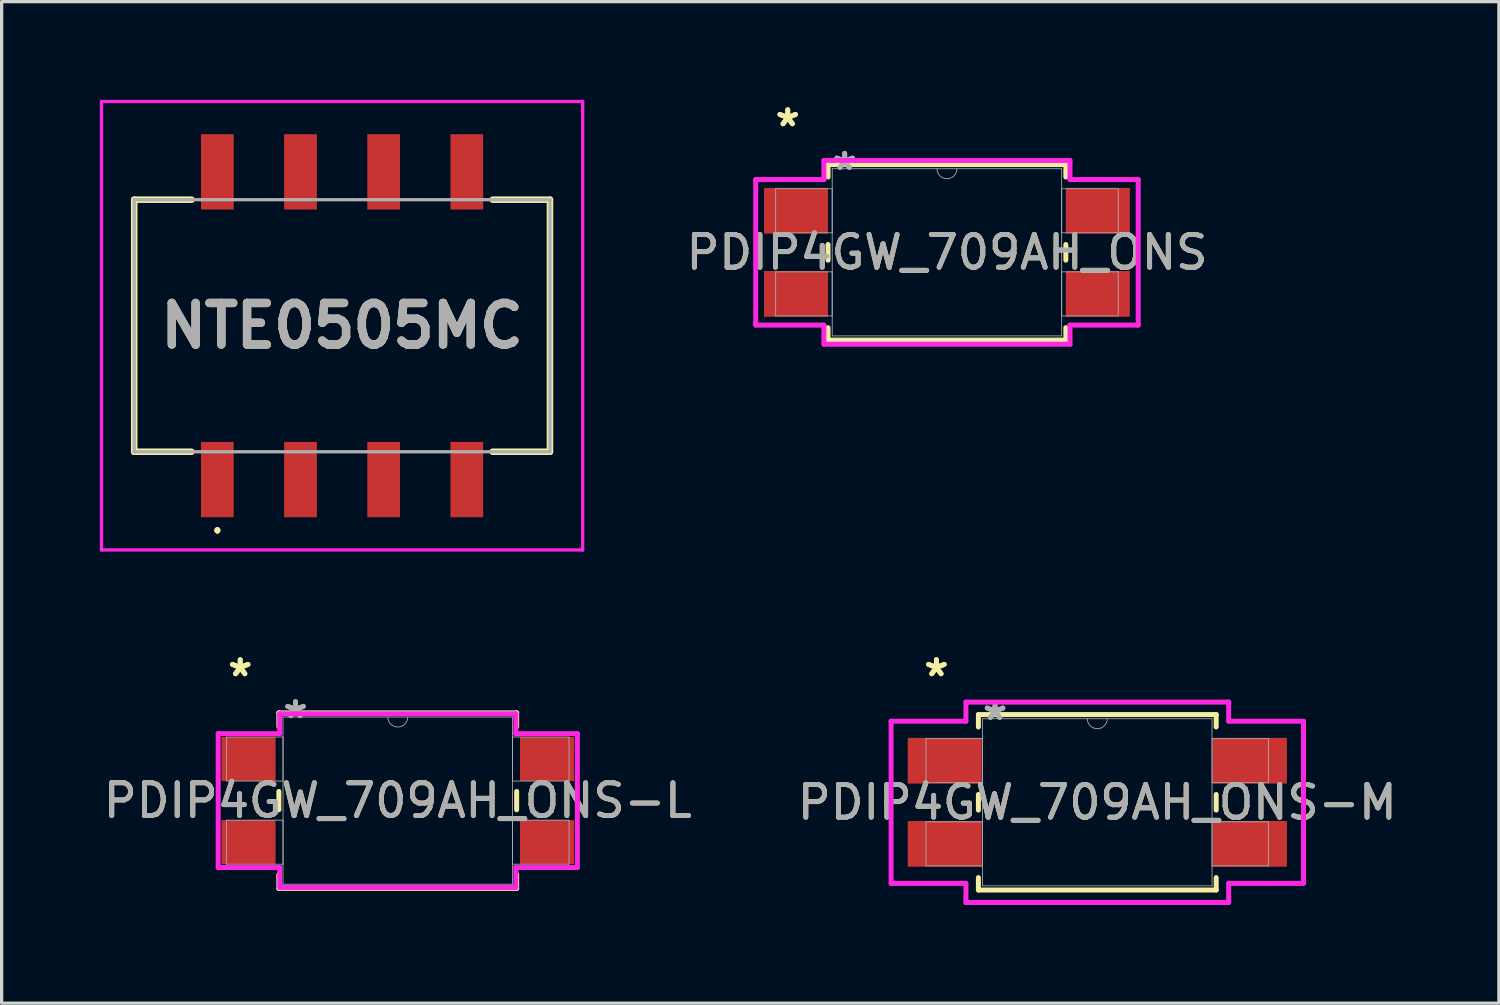
<source format=kicad_pcb>
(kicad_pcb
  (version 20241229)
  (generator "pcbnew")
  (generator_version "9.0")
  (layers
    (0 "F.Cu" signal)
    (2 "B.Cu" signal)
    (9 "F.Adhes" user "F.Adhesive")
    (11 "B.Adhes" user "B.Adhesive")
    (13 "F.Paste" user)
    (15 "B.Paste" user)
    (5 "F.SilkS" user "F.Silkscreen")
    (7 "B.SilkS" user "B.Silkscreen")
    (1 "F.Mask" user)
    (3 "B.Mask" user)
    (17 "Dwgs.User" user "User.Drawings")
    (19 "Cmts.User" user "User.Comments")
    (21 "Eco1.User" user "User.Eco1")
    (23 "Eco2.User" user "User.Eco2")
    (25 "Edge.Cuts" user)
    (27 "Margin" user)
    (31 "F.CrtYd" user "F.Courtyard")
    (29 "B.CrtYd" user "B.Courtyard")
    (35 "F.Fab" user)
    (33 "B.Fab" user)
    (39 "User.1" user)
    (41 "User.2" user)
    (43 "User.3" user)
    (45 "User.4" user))
  (footprint "NTE0505MC"
    (layer "F.Cu")
    (at 7.4 6.9)
    (property "Reference" "NTE0505MC" (at 0 0 0) (layer "F.SilkS") (effects (font (size 1.27 1.27) (thickness 0.254))))
    (attr smd)
    (fp_line (start -6.35 -3.85) (end -4.6 -3.85) (stroke (width 0.2) (type solid)) (layer "F.SilkS"))
    (fp_line (start -6.35 3.85) (end -6.35 -3.85) (stroke (width 0.2) (type solid)) (layer "F.SilkS"))
    (fp_line (start -4.6 3.85) (end -6.35 3.85) (stroke (width 0.2) (type solid)) (layer "F.SilkS"))
    (fp_line (start -3.81 6.2) (end -3.81 6.2) (stroke (width 0.1) (type solid)) (layer "F.SilkS"))
    (fp_line (start -3.81 6.3) (end -3.81 6.3) (stroke (width 0.1) (type solid)) (layer "F.SilkS"))
    (fp_line (start 4.6 -3.85) (end 6.35 -3.85) (stroke (width 0.2) (type solid)) (layer "F.SilkS"))
    (fp_line (start 6.35 -3.85) (end 6.35 3.85) (stroke (width 0.2) (type solid)) (layer "F.SilkS"))
    (fp_line (start 6.35 3.85) (end 4.6 3.85) (stroke (width 0.2) (type solid)) (layer "F.SilkS"))
    (fp_arc (start -3.81 6.2) (mid -3.76 6.25) (end -3.81 6.3) (stroke (width 0.1) (type solid)) (layer "F.SilkS"))
    (fp_arc (start -3.81 6.3) (mid -3.86 6.25) (end -3.81 6.2) (stroke (width 0.1) (type solid)) (layer "F.SilkS"))
    (fp_line (start -7.35 -6.85) (end 7.35 -6.85) (stroke (width 0.1) (type solid)) (layer "F.CrtYd"))
    (fp_line (start -7.35 6.85) (end -7.35 -6.85) (stroke (width 0.1) (type solid)) (layer "F.CrtYd"))
    (fp_line (start 7.35 -6.85) (end 7.35 6.85) (stroke (width 0.1) (type solid)) (layer "F.CrtYd"))
    (fp_line (start 7.35 6.85) (end -7.35 6.85) (stroke (width 0.1) (type solid)) (layer "F.CrtYd"))
    (fp_line (start -6.35 -3.85) (end -6.35 3.85) (stroke (width 0.1) (type solid)) (layer "F.Fab"))
    (fp_line (start -6.35 3.85) (end 6.35 3.85) (stroke (width 0.1) (type solid)) (layer "F.Fab"))
    (fp_line (start 6.35 -3.85) (end -6.35 -3.85) (stroke (width 0.1) (type solid)) (layer "F.Fab"))
    (fp_line (start 6.35 3.85) (end 6.35 -3.85) (stroke (width 0.1) (type solid)) (layer "F.Fab"))
    (fp_text user "${REFERENCE}" (at 0 0 0) (layer "F.Fab") (effects (font (size 1.27 1.27) (thickness 0.254))))
    (pad "1" smd rect (at -3.81 4.7) (size 1 2.3) (layers "F.Cu" "F.Mask" "F.Paste"))
    (pad "3" smd rect (at -1.27 4.7) (size 1 2.3) (layers "F.Cu" "F.Mask" "F.Paste"))
    (pad "5" smd rect (at 1.27 4.7) (size 1 2.3) (layers "F.Cu" "F.Mask" "F.Paste"))
    (pad "7" smd rect (at 3.81 4.7) (size 1 2.3) (layers "F.Cu" "F.Mask" "F.Paste"))
    (pad "8" smd rect (at 3.81 -4.7) (size 1 2.3) (layers "F.Cu" "F.Mask" "F.Paste"))
    (pad "10" smd rect (at 1.27 -4.7) (size 1 2.3) (layers "F.Cu" "F.Mask" "F.Paste"))
    (pad "12" smd rect (at -1.27 -4.7) (size 1 2.3) (layers "F.Cu" "F.Mask" "F.Paste"))
    (pad "14" smd rect (at -3.81 -4.7) (size 1 2.3) (layers "F.Cu" "F.Mask" "F.Paste")))
  (footprint "PDIP4GW_709AH_ONS-L"
    (layer "F.Cu")
    (at 9.101 21.407)
    (property "Reference" "PDIP4GW_709AH_ONS-L" (at 0 0 0) (unlocked yes) (layer "F.SilkS") (effects (font (size 1 1) (thickness 0.15))))
    (attr smd)
    (fp_line (start -3.632 -2.68) (end -3.632 -2.26) (stroke (width 0.152) (type solid)) (layer "F.SilkS"))
    (fp_line (start -3.632 -0.28) (end -3.632 0.28) (stroke (width 0.152) (type solid)) (layer "F.SilkS"))
    (fp_line (start -3.632 2.26) (end -3.632 2.68) (stroke (width 0.152) (type solid)) (layer "F.SilkS"))
    (fp_line (start -3.632 2.68) (end 3.632 2.68) (stroke (width 0.152) (type solid)) (layer "F.SilkS"))
    (fp_line (start 3.632 -2.68) (end -3.632 -2.68) (stroke (width 0.152) (type solid)) (layer "F.SilkS"))
    (fp_line (start 3.632 -2.26) (end 3.632 -2.68) (stroke (width 0.152) (type solid)) (layer "F.SilkS"))
    (fp_line (start 3.632 0.28) (end 3.632 -0.28) (stroke (width 0.152) (type solid)) (layer "F.SilkS"))
    (fp_line (start 3.632 2.68) (end 3.632 2.26) (stroke (width 0.152) (type solid)) (layer "F.SilkS"))
    (fp_line (start -5.486 -2.045) (end -3.607 -2.045) (stroke (width 0.152) (type solid)) (layer "F.CrtYd"))
    (fp_line (start -5.486 2.045) (end -5.486 -2.045) (stroke (width 0.152) (type solid)) (layer "F.CrtYd"))
    (fp_line (start -5.486 2.045) (end -3.607 2.045) (stroke (width 0.152) (type solid)) (layer "F.CrtYd"))
    (fp_line (start -3.607 -2.654) (end 3.607 -2.654) (stroke (width 0.152) (type solid)) (layer "F.CrtYd"))
    (fp_line (start -3.607 -2.045) (end -3.607 -2.654) (stroke (width 0.152) (type solid)) (layer "F.CrtYd"))
    (fp_line (start -3.607 2.654) (end -3.607 2.045) (stroke (width 0.152) (type solid)) (layer "F.CrtYd"))
    (fp_line (start 3.607 -2.654) (end 3.607 -2.045) (stroke (width 0.152) (type solid)) (layer "F.CrtYd"))
    (fp_line (start 3.607 2.045) (end 3.607 2.654) (stroke (width 0.152) (type solid)) (layer "F.CrtYd"))
    (fp_line (start 3.607 2.654) (end -3.607 2.654) (stroke (width 0.152) (type solid)) (layer "F.CrtYd"))
    (fp_line (start 5.486 -2.045) (end 3.607 -2.045) (stroke (width 0.152) (type solid)) (layer "F.CrtYd"))
    (fp_line (start 5.486 -2.045) (end 5.486 2.045) (stroke (width 0.152) (type solid)) (layer "F.CrtYd"))
    (fp_line (start 5.486 2.045) (end 3.607 2.045) (stroke (width 0.152) (type solid)) (layer "F.CrtYd"))
    (fp_line (start -5.232 -1.943) (end -5.232 -0.597) (stroke (width 0.025) (type solid)) (layer "F.Fab"))
    (fp_line (start -5.232 -0.597) (end -3.505 -0.597) (stroke (width 0.025) (type solid)) (layer "F.Fab"))
    (fp_line (start -5.232 0.597) (end -5.232 1.943) (stroke (width 0.025) (type solid)) (layer "F.Fab"))
    (fp_line (start -5.232 1.943) (end -3.505 1.943) (stroke (width 0.025) (type solid)) (layer "F.Fab"))
    (fp_line (start -3.505 -2.553) (end -3.505 2.553) (stroke (width 0.025) (type solid)) (layer "F.Fab"))
    (fp_line (start -3.505 -1.943) (end -5.232 -1.943) (stroke (width 0.025) (type solid)) (layer "F.Fab"))
    (fp_line (start -3.505 -0.597) (end -3.505 -1.943) (stroke (width 0.025) (type solid)) (layer "F.Fab"))
    (fp_line (start -3.505 0.597) (end -5.232 0.597) (stroke (width 0.025) (type solid)) (layer "F.Fab"))
    (fp_line (start -3.505 1.943) (end -3.505 0.597) (stroke (width 0.025) (type solid)) (layer "F.Fab"))
    (fp_line (start -3.505 2.553) (end 3.505 2.553) (stroke (width 0.025) (type solid)) (layer "F.Fab"))
    (fp_line (start 3.505 -2.553) (end -3.505 -2.553) (stroke (width 0.025) (type solid)) (layer "F.Fab"))
    (fp_line (start 3.505 -1.943) (end 3.505 -0.597) (stroke (width 0.025) (type solid)) (layer "F.Fab"))
    (fp_line (start 3.505 -0.597) (end 5.232 -0.597) (stroke (width 0.025) (type solid)) (layer "F.Fab"))
    (fp_line (start 3.505 0.597) (end 3.505 1.943) (stroke (width 0.025) (type solid)) (layer "F.Fab"))
    (fp_line (start 3.505 1.943) (end 5.232 1.943) (stroke (width 0.025) (type solid)) (layer "F.Fab"))
    (fp_line (start 3.505 2.553) (end 3.505 -2.553) (stroke (width 0.025) (type solid)) (layer "F.Fab"))
    (fp_line (start 5.232 -1.943) (end 3.505 -1.943) (stroke (width 0.025) (type solid)) (layer "F.Fab"))
    (fp_line (start 5.232 -0.597) (end 5.232 -1.943) (stroke (width 0.025) (type solid)) (layer "F.Fab"))
    (fp_line (start 5.232 0.597) (end 3.505 0.597) (stroke (width 0.025) (type solid)) (layer "F.Fab"))
    (fp_line (start 5.232 1.943) (end 5.232 0.597) (stroke (width 0.025) (type solid)) (layer "F.Fab"))
    (fp_arc (start 0.3048 -2.5527) (mid 0 -2.2479) (end -0.3048 -2.5527) (stroke (width 0.0254) (type solid)) (layer "F.Fab"))
    (fp_text user "*" (at -4.813 -3.759 0) (layer "F.SilkS") (effects (font (size 1 1) (thickness 0.15))))
    (fp_text user "*" (at -4.813 -3.759 0) (unlocked yes) (layer "F.SilkS") (effects (font (size 1 1) (thickness 0.15))))
    (fp_text user "*" (at -3.124 -2.477 0) (unlocked yes) (layer "F.Fab") (effects (font (size 1 1) (thickness 0.15))))
    (fp_text user "*" (at -3.124 -2.477 0) (layer "F.Fab") (effects (font (size 1 1) (thickness 0.15))))
    (fp_text user "${REFERENCE}" (at 0 0 0) (unlocked yes) (layer "F.Fab") (effects (font (size 1 1) (thickness 0.15))))
    (pad "1" smd rect (at -4.559 -1.27) (size 1.651 1.346) (layers "F.Cu" "F.Mask" "F.Paste"))
    (pad "2" smd rect (at -4.559 1.27) (size 1.651 1.346) (layers "F.Cu" "F.Mask" "F.Paste"))
    (pad "3" smd rect (at 4.559 1.27) (size 1.651 1.346) (layers "F.Cu" "F.Mask" "F.Paste"))
    (pad "4" smd rect (at 4.559 -1.27) (size 1.651 1.346) (layers "F.Cu" "F.Mask" "F.Paste")))
  (footprint "PDIP4GW_709AH_ONS-M"
    (layer "F.Cu")
    (at 30.47 21.458)
    (property "Reference" "PDIP4GW_709AH_ONS-M" (at 0 0 0) (unlocked yes) (layer "F.SilkS") (effects (font (size 1 1) (thickness 0.15))))
    (attr smd)
    (fp_line (start -3.632 -2.68) (end -3.632 -2.301) (stroke (width 0.152) (type solid)) (layer "F.SilkS"))
    (fp_line (start -3.632 -0.239) (end -3.632 0.239) (stroke (width 0.152) (type solid)) (layer "F.SilkS"))
    (fp_line (start -3.632 2.301) (end -3.632 2.68) (stroke (width 0.152) (type solid)) (layer "F.SilkS"))
    (fp_line (start -3.632 2.68) (end 3.632 2.68) (stroke (width 0.152) (type solid)) (layer "F.SilkS"))
    (fp_line (start 3.632 -2.68) (end -3.632 -2.68) (stroke (width 0.152) (type solid)) (layer "F.SilkS"))
    (fp_line (start 3.632 -2.301) (end 3.632 -2.68) (stroke (width 0.152) (type solid)) (layer "F.SilkS"))
    (fp_line (start 3.632 0.239) (end 3.632 -0.239) (stroke (width 0.152) (type solid)) (layer "F.SilkS"))
    (fp_line (start 3.632 2.68) (end 3.632 2.301) (stroke (width 0.152) (type solid)) (layer "F.SilkS"))
    (fp_line (start -6.299 -2.477) (end -4.013 -2.477) (stroke (width 0.152) (type solid)) (layer "F.CrtYd"))
    (fp_line (start -6.299 2.477) (end -6.299 -2.477) (stroke (width 0.152) (type solid)) (layer "F.CrtYd"))
    (fp_line (start -6.299 2.477) (end -4.013 2.477) (stroke (width 0.152) (type solid)) (layer "F.CrtYd"))
    (fp_line (start -4.013 -3.061) (end 4.013 -3.061) (stroke (width 0.152) (type solid)) (layer "F.CrtYd"))
    (fp_line (start -4.013 -2.477) (end -4.013 -3.061) (stroke (width 0.152) (type solid)) (layer "F.CrtYd"))
    (fp_line (start -4.013 3.061) (end -4.013 2.477) (stroke (width 0.152) (type solid)) (layer "F.CrtYd"))
    (fp_line (start 4.013 -3.061) (end 4.013 -2.477) (stroke (width 0.152) (type solid)) (layer "F.CrtYd"))
    (fp_line (start 4.013 2.477) (end 4.013 3.061) (stroke (width 0.152) (type solid)) (layer "F.CrtYd"))
    (fp_line (start 4.013 3.061) (end -4.013 3.061) (stroke (width 0.152) (type solid)) (layer "F.CrtYd"))
    (fp_line (start 6.299 -2.477) (end 4.013 -2.477) (stroke (width 0.152) (type solid)) (layer "F.CrtYd"))
    (fp_line (start 6.299 -2.477) (end 6.299 2.477) (stroke (width 0.152) (type solid)) (layer "F.CrtYd"))
    (fp_line (start 6.299 2.477) (end 4.013 2.477) (stroke (width 0.152) (type solid)) (layer "F.CrtYd"))
    (fp_line (start -5.232 -1.943) (end -5.232 -0.597) (stroke (width 0.025) (type solid)) (layer "F.Fab"))
    (fp_line (start -5.232 -0.597) (end -3.505 -0.597) (stroke (width 0.025) (type solid)) (layer "F.Fab"))
    (fp_line (start -5.232 0.597) (end -5.232 1.943) (stroke (width 0.025) (type solid)) (layer "F.Fab"))
    (fp_line (start -5.232 1.943) (end -3.505 1.943) (stroke (width 0.025) (type solid)) (layer "F.Fab"))
    (fp_line (start -3.505 -2.553) (end -3.505 2.553) (stroke (width 0.025) (type solid)) (layer "F.Fab"))
    (fp_line (start -3.505 -1.943) (end -5.232 -1.943) (stroke (width 0.025) (type solid)) (layer "F.Fab"))
    (fp_line (start -3.505 -0.597) (end -3.505 -1.943) (stroke (width 0.025) (type solid)) (layer "F.Fab"))
    (fp_line (start -3.505 0.597) (end -5.232 0.597) (stroke (width 0.025) (type solid)) (layer "F.Fab"))
    (fp_line (start -3.505 1.943) (end -3.505 0.597) (stroke (width 0.025) (type solid)) (layer "F.Fab"))
    (fp_line (start -3.505 2.553) (end 3.505 2.553) (stroke (width 0.025) (type solid)) (layer "F.Fab"))
    (fp_line (start 3.505 -2.553) (end -3.505 -2.553) (stroke (width 0.025) (type solid)) (layer "F.Fab"))
    (fp_line (start 3.505 -1.943) (end 3.505 -0.597) (stroke (width 0.025) (type solid)) (layer "F.Fab"))
    (fp_line (start 3.505 -0.597) (end 5.232 -0.597) (stroke (width 0.025) (type solid)) (layer "F.Fab"))
    (fp_line (start 3.505 0.597) (end 3.505 1.943) (stroke (width 0.025) (type solid)) (layer "F.Fab"))
    (fp_line (start 3.505 1.943) (end 5.232 1.943) (stroke (width 0.025) (type solid)) (layer "F.Fab"))
    (fp_line (start 3.505 2.553) (end 3.505 -2.553) (stroke (width 0.025) (type solid)) (layer "F.Fab"))
    (fp_line (start 5.232 -1.943) (end 3.505 -1.943) (stroke (width 0.025) (type solid)) (layer "F.Fab"))
    (fp_line (start 5.232 -0.597) (end 5.232 -1.943) (stroke (width 0.025) (type solid)) (layer "F.Fab"))
    (fp_line (start 5.232 0.597) (end 3.505 0.597) (stroke (width 0.025) (type solid)) (layer "F.Fab"))
    (fp_line (start 5.232 1.943) (end 5.232 0.597) (stroke (width 0.025) (type solid)) (layer "F.Fab"))
    (fp_arc (start 0.3048 -2.5527) (mid 0 -2.2479) (end -0.3048 -2.5527) (stroke (width 0.0254) (type solid)) (layer "F.Fab"))
    (fp_text user "*" (at -4.915 -3.81 0) (unlocked yes) (layer "F.SilkS") (effects (font (size 1 1) (thickness 0.15))))
    (fp_text user "*" (at -4.915 -3.81 0) (layer "F.SilkS") (effects (font (size 1 1) (thickness 0.15))))
    (fp_text user "${REFERENCE}" (at 0 0 0) (unlocked yes) (layer "F.Fab") (effects (font (size 1 1) (thickness 0.15))))
    (fp_text user "*" (at -3.124 -2.477 0) (unlocked yes) (layer "F.Fab") (effects (font (size 1 1) (thickness 0.15))))
    (fp_text user "*" (at -3.124 -2.477 0) (layer "F.Fab") (effects (font (size 1 1) (thickness 0.15))))
    (pad "1" smd rect (at -4.661 -1.27) (size 2.261 1.397) (layers "F.Cu" "F.Mask" "F.Paste"))
    (pad "2" smd rect (at -4.661 1.27) (size 2.261 1.397) (layers "F.Cu" "F.Mask" "F.Paste"))
    (pad "3" smd rect (at 4.661 1.27) (size 2.261 1.397) (layers "F.Cu" "F.Mask" "F.Paste"))
    (pad "4" smd rect (at 4.661 -1.27) (size 2.261 1.397) (layers "F.Cu" "F.Mask" "F.Paste")))
  (footprint "PDIP4GW_709AH_ONS"
    (layer "F.Cu")
    (at 25.877 4.658)
    (property "Reference" "PDIP4GW_709AH_ONS" (at 0 0 0) (unlocked yes) (layer "F.SilkS") (effects (font (size 1 1) (thickness 0.15))))
    (attr smd)
    (fp_line (start -3.632 -2.68) (end -3.632 -2.301) (stroke (width 0.152) (type solid)) (layer "F.SilkS"))
    (fp_line (start -3.632 -0.239) (end -3.632 0.239) (stroke (width 0.152) (type solid)) (layer "F.SilkS"))
    (fp_line (start -3.632 2.301) (end -3.632 2.68) (stroke (width 0.152) (type solid)) (layer "F.SilkS"))
    (fp_line (start -3.632 2.68) (end 3.632 2.68) (stroke (width 0.152) (type solid)) (layer "F.SilkS"))
    (fp_line (start 3.632 -2.68) (end -3.632 -2.68) (stroke (width 0.152) (type solid)) (layer "F.SilkS"))
    (fp_line (start 3.632 -2.301) (end 3.632 -2.68) (stroke (width 0.152) (type solid)) (layer "F.SilkS"))
    (fp_line (start 3.632 0.239) (end 3.632 -0.239) (stroke (width 0.152) (type solid)) (layer "F.SilkS"))
    (fp_line (start 3.632 2.68) (end 3.632 2.301) (stroke (width 0.152) (type solid)) (layer "F.SilkS"))
    (fp_line (start -5.842 -2.223) (end -3.759 -2.223) (stroke (width 0.152) (type solid)) (layer "F.CrtYd"))
    (fp_line (start -5.842 2.223) (end -5.842 -2.223) (stroke (width 0.152) (type solid)) (layer "F.CrtYd"))
    (fp_line (start -5.842 2.223) (end -3.759 2.223) (stroke (width 0.152) (type solid)) (layer "F.CrtYd"))
    (fp_line (start -3.759 -2.807) (end 3.759 -2.807) (stroke (width 0.152) (type solid)) (layer "F.CrtYd"))
    (fp_line (start -3.759 -2.223) (end -3.759 -2.807) (stroke (width 0.152) (type solid)) (layer "F.CrtYd"))
    (fp_line (start -3.759 2.807) (end -3.759 2.223) (stroke (width 0.152) (type solid)) (layer "F.CrtYd"))
    (fp_line (start 3.759 -2.807) (end 3.759 -2.223) (stroke (width 0.152) (type solid)) (layer "F.CrtYd"))
    (fp_line (start 3.759 2.223) (end 3.759 2.807) (stroke (width 0.152) (type solid)) (layer "F.CrtYd"))
    (fp_line (start 3.759 2.807) (end -3.759 2.807) (stroke (width 0.152) (type solid)) (layer "F.CrtYd"))
    (fp_line (start 5.842 -2.223) (end 3.759 -2.223) (stroke (width 0.152) (type solid)) (layer "F.CrtYd"))
    (fp_line (start 5.842 -2.223) (end 5.842 2.223) (stroke (width 0.152) (type solid)) (layer "F.CrtYd"))
    (fp_line (start 5.842 2.223) (end 3.759 2.223) (stroke (width 0.152) (type solid)) (layer "F.CrtYd"))
    (fp_line (start -5.232 -1.943) (end -5.232 -0.597) (stroke (width 0.025) (type solid)) (layer "F.Fab"))
    (fp_line (start -5.232 -0.597) (end -3.505 -0.597) (stroke (width 0.025) (type solid)) (layer "F.Fab"))
    (fp_line (start -5.232 0.597) (end -5.232 1.943) (stroke (width 0.025) (type solid)) (layer "F.Fab"))
    (fp_line (start -5.232 1.943) (end -3.505 1.943) (stroke (width 0.025) (type solid)) (layer "F.Fab"))
    (fp_line (start -3.505 -2.553) (end -3.505 2.553) (stroke (width 0.025) (type solid)) (layer "F.Fab"))
    (fp_line (start -3.505 -1.943) (end -5.232 -1.943) (stroke (width 0.025) (type solid)) (layer "F.Fab"))
    (fp_line (start -3.505 -0.597) (end -3.505 -1.943) (stroke (width 0.025) (type solid)) (layer "F.Fab"))
    (fp_line (start -3.505 0.597) (end -5.232 0.597) (stroke (width 0.025) (type solid)) (layer "F.Fab"))
    (fp_line (start -3.505 1.943) (end -3.505 0.597) (stroke (width 0.025) (type solid)) (layer "F.Fab"))
    (fp_line (start -3.505 2.553) (end 3.505 2.553) (stroke (width 0.025) (type solid)) (layer "F.Fab"))
    (fp_line (start 3.505 -2.553) (end -3.505 -2.553) (stroke (width 0.025) (type solid)) (layer "F.Fab"))
    (fp_line (start 3.505 -1.943) (end 3.505 -0.597) (stroke (width 0.025) (type solid)) (layer "F.Fab"))
    (fp_line (start 3.505 -0.597) (end 5.232 -0.597) (stroke (width 0.025) (type solid)) (layer "F.Fab"))
    (fp_line (start 3.505 0.597) (end 3.505 1.943) (stroke (width 0.025) (type solid)) (layer "F.Fab"))
    (fp_line (start 3.505 1.943) (end 5.232 1.943) (stroke (width 0.025) (type solid)) (layer "F.Fab"))
    (fp_line (start 3.505 2.553) (end 3.505 -2.553) (stroke (width 0.025) (type solid)) (layer "F.Fab"))
    (fp_line (start 5.232 -1.943) (end 3.505 -1.943) (stroke (width 0.025) (type solid)) (layer "F.Fab"))
    (fp_line (start 5.232 -0.597) (end 5.232 -1.943) (stroke (width 0.025) (type solid)) (layer "F.Fab"))
    (fp_line (start 5.232 0.597) (end 3.505 0.597) (stroke (width 0.025) (type solid)) (layer "F.Fab"))
    (fp_line (start 5.232 1.943) (end 5.232 0.597) (stroke (width 0.025) (type solid)) (layer "F.Fab"))
    (fp_arc (start 0.3048 -2.5527) (mid 0 -2.2479) (end -0.3048 -2.5527) (stroke (width 0.0254) (type solid)) (layer "F.Fab"))
    (fp_text user "*" (at -4.864 -3.81 0) (layer "F.SilkS") (effects (font (size 1 1) (thickness 0.15))))
    (fp_text user "*" (at -4.864 -3.81 0) (unlocked yes) (layer "F.SilkS") (effects (font (size 1 1) (thickness 0.15))))
    (fp_text user "*" (at -3.124 -2.477 0) (layer "F.Fab") (effects (font (size 1 1) (thickness 0.15))))
    (fp_text user "${REFERENCE}" (at 0 0 0) (unlocked yes) (layer "F.Fab") (effects (font (size 1 1) (thickness 0.15))))
    (fp_text user "*" (at -3.124 -2.477 0) (unlocked yes) (layer "F.Fab") (effects (font (size 1 1) (thickness 0.15))))
    (pad "1" smd rect (at -4.61 -1.27) (size 1.956 1.397) (layers "F.Cu" "F.Mask" "F.Paste"))
    (pad "2" smd rect (at -4.61 1.27) (size 1.956 1.397) (layers "F.Cu" "F.Mask" "F.Paste"))
    (pad "3" smd rect (at 4.61 1.27) (size 1.956 1.397) (layers "F.Cu" "F.Mask" "F.Paste"))
    (pad "4" smd rect (at 4.61 -1.27) (size 1.956 1.397) (layers "F.Cu" "F.Mask" "F.Paste")))
  (gr_rect
    (start -3 -3)
    (end 42.738 27.595)
    (stroke (width 0.1) (type default))
    (fill no)
    (layer "Edge.Cuts")))
</source>
